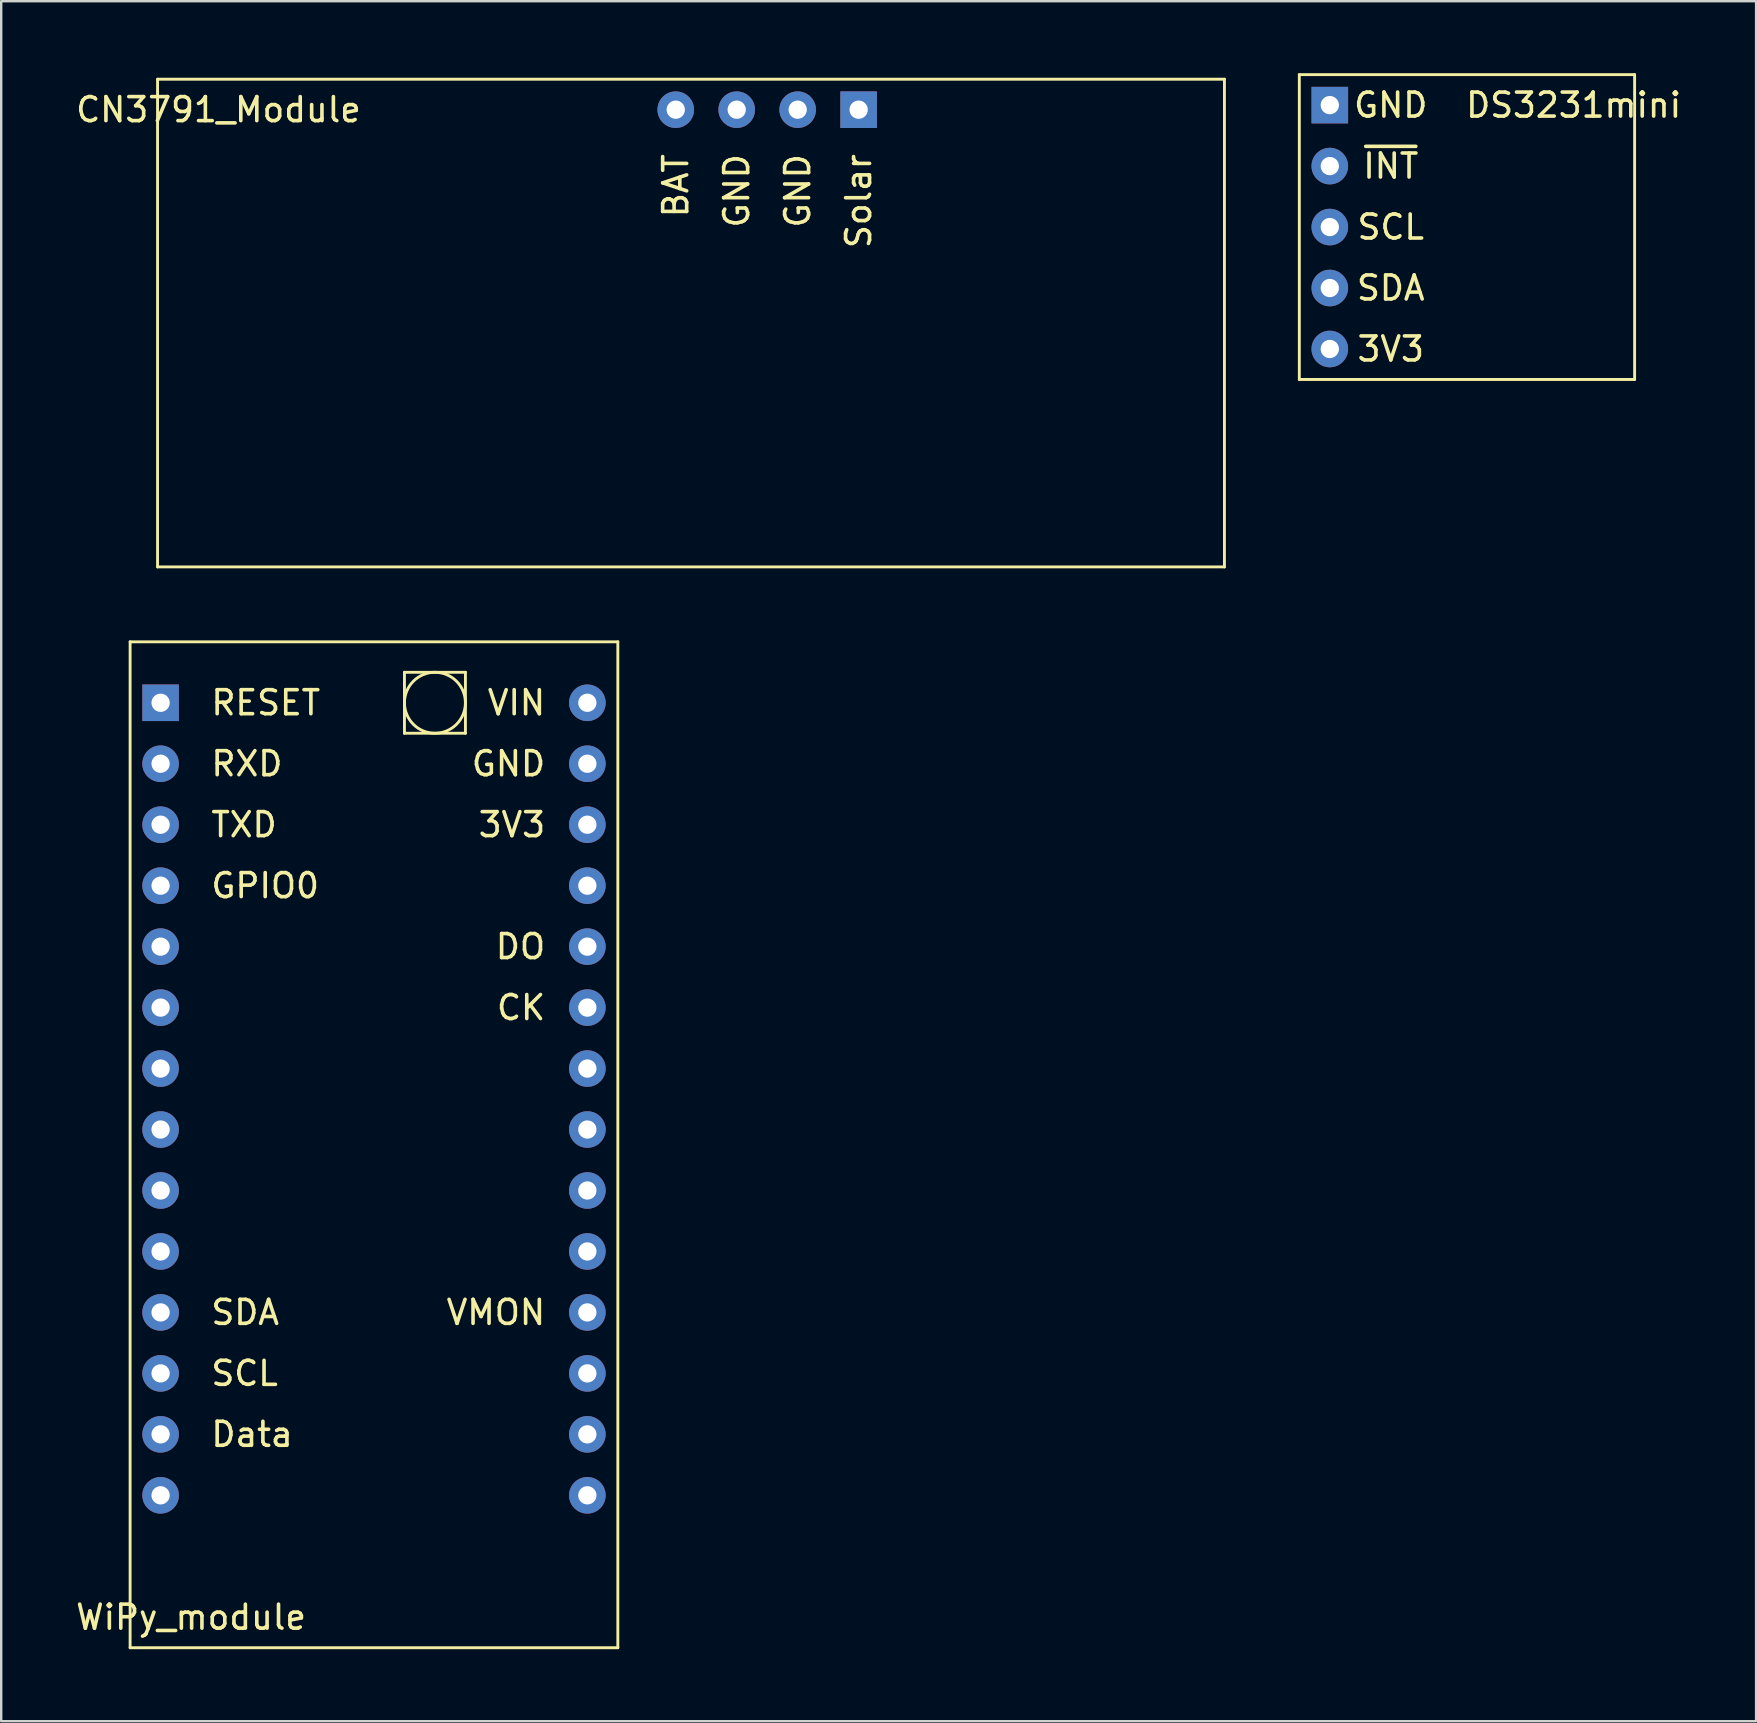
<source format=kicad_pcb>
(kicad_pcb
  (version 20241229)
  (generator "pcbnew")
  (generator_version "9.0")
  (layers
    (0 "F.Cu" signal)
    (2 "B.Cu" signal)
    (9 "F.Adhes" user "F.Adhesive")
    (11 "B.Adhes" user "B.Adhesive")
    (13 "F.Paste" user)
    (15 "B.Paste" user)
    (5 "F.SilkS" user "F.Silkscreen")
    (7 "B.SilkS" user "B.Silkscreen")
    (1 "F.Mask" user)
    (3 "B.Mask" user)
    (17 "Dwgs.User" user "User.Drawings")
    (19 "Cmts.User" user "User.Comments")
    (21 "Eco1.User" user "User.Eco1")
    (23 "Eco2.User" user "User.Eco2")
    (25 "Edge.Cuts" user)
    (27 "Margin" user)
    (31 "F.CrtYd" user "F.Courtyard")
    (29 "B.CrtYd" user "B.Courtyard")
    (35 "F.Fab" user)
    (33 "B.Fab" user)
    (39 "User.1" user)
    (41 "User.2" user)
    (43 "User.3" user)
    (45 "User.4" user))
  (footprint "CN3791_Module"
    (layer "F.Cu")
    (at 3.514 0.25)
    (property "Reference" "CN3791_Module" (at 2.54 1.27 0) (layer "F.SilkS") (effects (font (size 1 1) (thickness 0.15))))
    (attr through_hole)
    (fp_line (start 0 0) (end 44.45 0) (stroke (width 0.12) (type solid)) (layer "F.SilkS"))
    (fp_line (start 0 20.32) (end 0 0) (stroke (width 0.12) (type solid)) (layer "F.SilkS"))
    (fp_line (start 44.45 0) (end 44.45 20.32) (stroke (width 0.12) (type solid)) (layer "F.SilkS"))
    (fp_line (start 44.45 20.32) (end 0 20.32) (stroke (width 0.12) (type solid)) (layer "F.SilkS"))
    (fp_text user "GND" (at 26.67 4.651 90) (layer "F.SilkS") (effects (font (size 1 1) (thickness 0.15))))
    (fp_text user "BAT" (at 21.59 4.437 90) (layer "F.SilkS") (effects (font (size 1 1) (thickness 0.15))))
    (fp_text user "Solar" (at 29.21 5.08 90) (layer "F.SilkS") (effects (font (size 1 1) (thickness 0.15))))
    (fp_text user "GND" (at 24.13 4.651 90) (layer "F.SilkS") (effects (font (size 1 1) (thickness 0.15))))
    (pad "1" thru_hole rect (at 29.21 1.27) (size 1.524 1.524) (drill 0.762) (layers "*.Cu" "*.Mask"))
    (pad "2" thru_hole circle (at 26.67 1.27) (size 1.524 1.524) (drill 0.762) (layers "*.Cu" "*.Mask"))
    (pad "3" thru_hole circle (at 24.13 1.27) (size 1.524 1.524) (drill 0.762) (layers "*.Cu" "*.Mask"))
    (pad "4" thru_hole circle (at 21.59 1.27) (size 1.524 1.524) (drill 0.762) (layers "*.Cu" "*.Mask")))
  (footprint "WiPy_module"
    (layer "F.Cu")
    (at 3.641 26.23)
    (property "Reference" "WiPy_module" (at 1.27 38.1 0) (layer "F.SilkS") (effects (font (size 1 1) (thickness 0.15))))
    (attr through_hole)
    (fp_line (start -1.27 -2.54) (end 19.05 -2.54) (stroke (width 0.12) (type solid)) (layer "F.SilkS"))
    (fp_line (start -1.27 39.37) (end -1.27 -2.54) (stroke (width 0.12) (type solid)) (layer "F.SilkS"))
    (fp_line (start 10.16 -1.27) (end 12.7 -1.27) (stroke (width 0.12) (type solid)) (layer "F.SilkS"))
    (fp_line (start 10.16 1.27) (end 10.16 -1.27) (stroke (width 0.12) (type solid)) (layer "F.SilkS"))
    (fp_line (start 12.7 -1.27) (end 12.7 1.27) (stroke (width 0.12) (type solid)) (layer "F.SilkS"))
    (fp_line (start 12.7 1.27) (end 10.16 1.27) (stroke (width 0.12) (type solid)) (layer "F.SilkS"))
    (fp_line (start 19.05 -2.54) (end 19.05 39.37) (stroke (width 0.12) (type solid)) (layer "F.SilkS"))
    (fp_line (start 19.05 39.37) (end -1.27 39.37) (stroke (width 0.12) (type solid)) (layer "F.SilkS"))
    (fp_circle (center 11.43 0) (end 12.7 0) (stroke (width 0.12) (type solid)) (fill no) (layer "F.SilkS"))
    (fp_text user "DO" (at 14.994 10.16 0) (layer "F.SilkS") (effects (font (size 1 1) (thickness 0.15))))
    (fp_text user "VIN" (at 14.827 0 0) (layer "F.SilkS") (effects (font (size 1 1) (thickness 0.15))))
    (fp_text user "RESET" (at 4.381 0 0) (layer "F.SilkS") (effects (font (size 1 1) (thickness 0.15))))
    (fp_text user "VMON" (at 13.97 25.4 0) (layer "F.SilkS") (effects (font (size 1 1) (thickness 0.15))))
    (fp_text user "RXD" (at 3.596 2.54 0) (layer "F.SilkS") (effects (font (size 1 1) (thickness 0.15))))
    (fp_text user "Data" (at 3.81 30.48 0) (layer "F.SilkS") (effects (font (size 1 1) (thickness 0.15))))
    (fp_text user "SDA" (at 3.524 25.4 0) (layer "F.SilkS") (effects (font (size 1 1) (thickness 0.15))))
    (fp_text user "TXD" (at 3.477 5.08 0) (layer "F.SilkS") (effects (font (size 1 1) (thickness 0.15))))
    (fp_text user "GPIO0" (at 4.358 7.62 0) (layer "F.SilkS") (effects (font (size 1 1) (thickness 0.15))))
    (fp_text user "GND" (at 14.494 2.54 0) (layer "F.SilkS") (effects (font (size 1 1) (thickness 0.15))))
    (fp_text user "3V3" (at 14.637 5.08 0) (layer "F.SilkS") (effects (font (size 1 1) (thickness 0.15))))
    (fp_text user "CK" (at 15.018 12.7 0) (layer "F.SilkS") (effects (font (size 1 1) (thickness 0.15))))
    (fp_text user "SCL" (at 3.5 27.94 0) (layer "F.SilkS") (effects (font (size 1 1) (thickness 0.15))))
    (pad "1" thru_hole rect (at 0 0) (size 1.524 1.524) (drill 0.762) (layers "*.Cu" "*.Mask"))
    (pad "2" thru_hole circle (at 0 2.54) (size 1.524 1.524) (drill 0.762) (layers "*.Cu" "*.Mask"))
    (pad "3" thru_hole circle (at 0 5.08) (size 1.524 1.524) (drill 0.762) (layers "*.Cu" "*.Mask"))
    (pad "4" thru_hole circle (at 0 7.62) (size 1.524 1.524) (drill 0.762) (layers "*.Cu" "*.Mask"))
    (pad "5" thru_hole circle (at 0 10.16) (size 1.524 1.524) (drill 0.762) (layers "*.Cu" "*.Mask"))
    (pad "6" thru_hole circle (at 0 12.7) (size 1.524 1.524) (drill 0.762) (layers "*.Cu" "*.Mask"))
    (pad "7" thru_hole circle (at 0 15.24) (size 1.524 1.524) (drill 0.762) (layers "*.Cu" "*.Mask"))
    (pad "8" thru_hole circle (at 0 17.78) (size 1.524 1.524) (drill 0.762) (layers "*.Cu" "*.Mask"))
    (pad "9" thru_hole circle (at 0 20.32) (size 1.524 1.524) (drill 0.762) (layers "*.Cu" "*.Mask"))
    (pad "10" thru_hole circle (at 0 22.86) (size 1.524 1.524) (drill 0.762) (layers "*.Cu" "*.Mask"))
    (pad "11" thru_hole circle (at 0 25.4) (size 1.524 1.524) (drill 0.762) (layers "*.Cu" "*.Mask"))
    (pad "12" thru_hole circle (at 0 27.94) (size 1.524 1.524) (drill 0.762) (layers "*.Cu" "*.Mask"))
    (pad "13" thru_hole circle (at 0 30.48) (size 1.524 1.524) (drill 0.762) (layers "*.Cu" "*.Mask"))
    (pad "14" thru_hole circle (at 0 33.02) (size 1.524 1.524) (drill 0.762) (layers "*.Cu" "*.Mask"))
    (pad "15" thru_hole circle (at 17.78 33.02) (size 1.524 1.524) (drill 0.762) (layers "*.Cu" "*.Mask"))
    (pad "16" thru_hole circle (at 17.78 30.48) (size 1.524 1.524) (drill 0.762) (layers "*.Cu" "*.Mask"))
    (pad "17" thru_hole circle (at 17.78 27.94) (size 1.524 1.524) (drill 0.762) (layers "*.Cu" "*.Mask"))
    (pad "18" thru_hole circle (at 17.78 25.4) (size 1.524 1.524) (drill 0.762) (layers "*.Cu" "*.Mask"))
    (pad "19" thru_hole circle (at 17.78 22.86) (size 1.524 1.524) (drill 0.762) (layers "*.Cu" "*.Mask"))
    (pad "20" thru_hole circle (at 17.78 20.32) (size 1.524 1.524) (drill 0.762) (layers "*.Cu" "*.Mask"))
    (pad "21" thru_hole circle (at 17.78 17.78) (size 1.524 1.524) (drill 0.762) (layers "*.Cu" "*.Mask"))
    (pad "22" thru_hole circle (at 17.78 15.24) (size 1.524 1.524) (drill 0.762) (layers "*.Cu" "*.Mask"))
    (pad "23" thru_hole circle (at 17.78 12.7) (size 1.524 1.524) (drill 0.762) (layers "*.Cu" "*.Mask"))
    (pad "24" thru_hole circle (at 17.78 10.16) (size 1.524 1.524) (drill 0.762) (layers "*.Cu" "*.Mask"))
    (pad "25" thru_hole circle (at 17.78 7.62) (size 1.524 1.524) (drill 0.762) (layers "*.Cu" "*.Mask"))
    (pad "26" thru_hole circle (at 17.78 5.08) (size 1.524 1.524) (drill 0.762) (layers "*.Cu" "*.Mask"))
    (pad "27" thru_hole circle (at 17.78 2.54) (size 1.524 1.524) (drill 0.762) (layers "*.Cu" "*.Mask"))
    (pad "28" thru_hole circle (at 17.78 0) (size 1.524 1.524) (drill 0.762) (layers "*.Cu" "*.Mask")))
  (footprint "DS3231mini"
    (layer "F.Cu")
    (at 52.354 1.33)
    (property "Reference" "DS3231mini" (at 10.16 0 180) (layer "F.SilkS") (effects (font (size 1 1) (thickness 0.15))))
    (attr through_hole)
    (fp_line (start -1.27 -1.27) (end 12.7 -1.27) (stroke (width 0.12) (type solid)) (layer "F.SilkS"))
    (fp_line (start -1.27 11.43) (end -1.27 -1.27) (stroke (width 0.12) (type solid)) (layer "F.SilkS"))
    (fp_line (start 12.7 -1.27) (end 12.7 11.43) (stroke (width 0.12) (type solid)) (layer "F.SilkS"))
    (fp_line (start 12.7 11.43) (end -1.27 11.43) (stroke (width 0.12) (type solid)) (layer "F.SilkS"))
    (fp_text user "SCL" (at 2.54 5.08 0) (layer "F.SilkS") (effects (font (size 1 1) (thickness 0.15))))
    (fp_text user "SDA" (at 2.54 7.62 0) (layer "F.SilkS") (effects (font (size 1 1) (thickness 0.15))))
    (fp_text user "~{INT}" (at 2.54 2.54 0) (layer "F.SilkS") (effects (font (size 1 1) (thickness 0.15))))
    (fp_text user "GND" (at 2.54 0 0) (layer "F.SilkS") (effects (font (size 1 1) (thickness 0.15))))
    (fp_text user "3V3" (at 2.54 10.16 0) (layer "F.SilkS") (effects (font (size 1 1) (thickness 0.15))))
    (pad "1" thru_hole rect (at 0 0) (size 1.524 1.524) (drill 0.762) (layers "*.Cu" "*.Mask"))
    (pad "2" thru_hole circle (at 0 2.54) (size 1.524 1.524) (drill 0.762) (layers "*.Cu" "*.Mask"))
    (pad "3" thru_hole circle (at 0 5.08) (size 1.524 1.524) (drill 0.762) (layers "*.Cu" "*.Mask"))
    (pad "4" thru_hole circle (at 0 7.62) (size 1.524 1.524) (drill 0.762) (layers "*.Cu" "*.Mask"))
    (pad "5" thru_hole circle (at 0 10.16) (size 1.524 1.524) (drill 0.762) (layers "*.Cu" "*.Mask")))
  (gr_rect
    (start -3 -3)
    (end 70.115 68.66)
    (stroke (width 0.1) (type default))
    (fill no)
    (layer "Edge.Cuts")))
</source>
